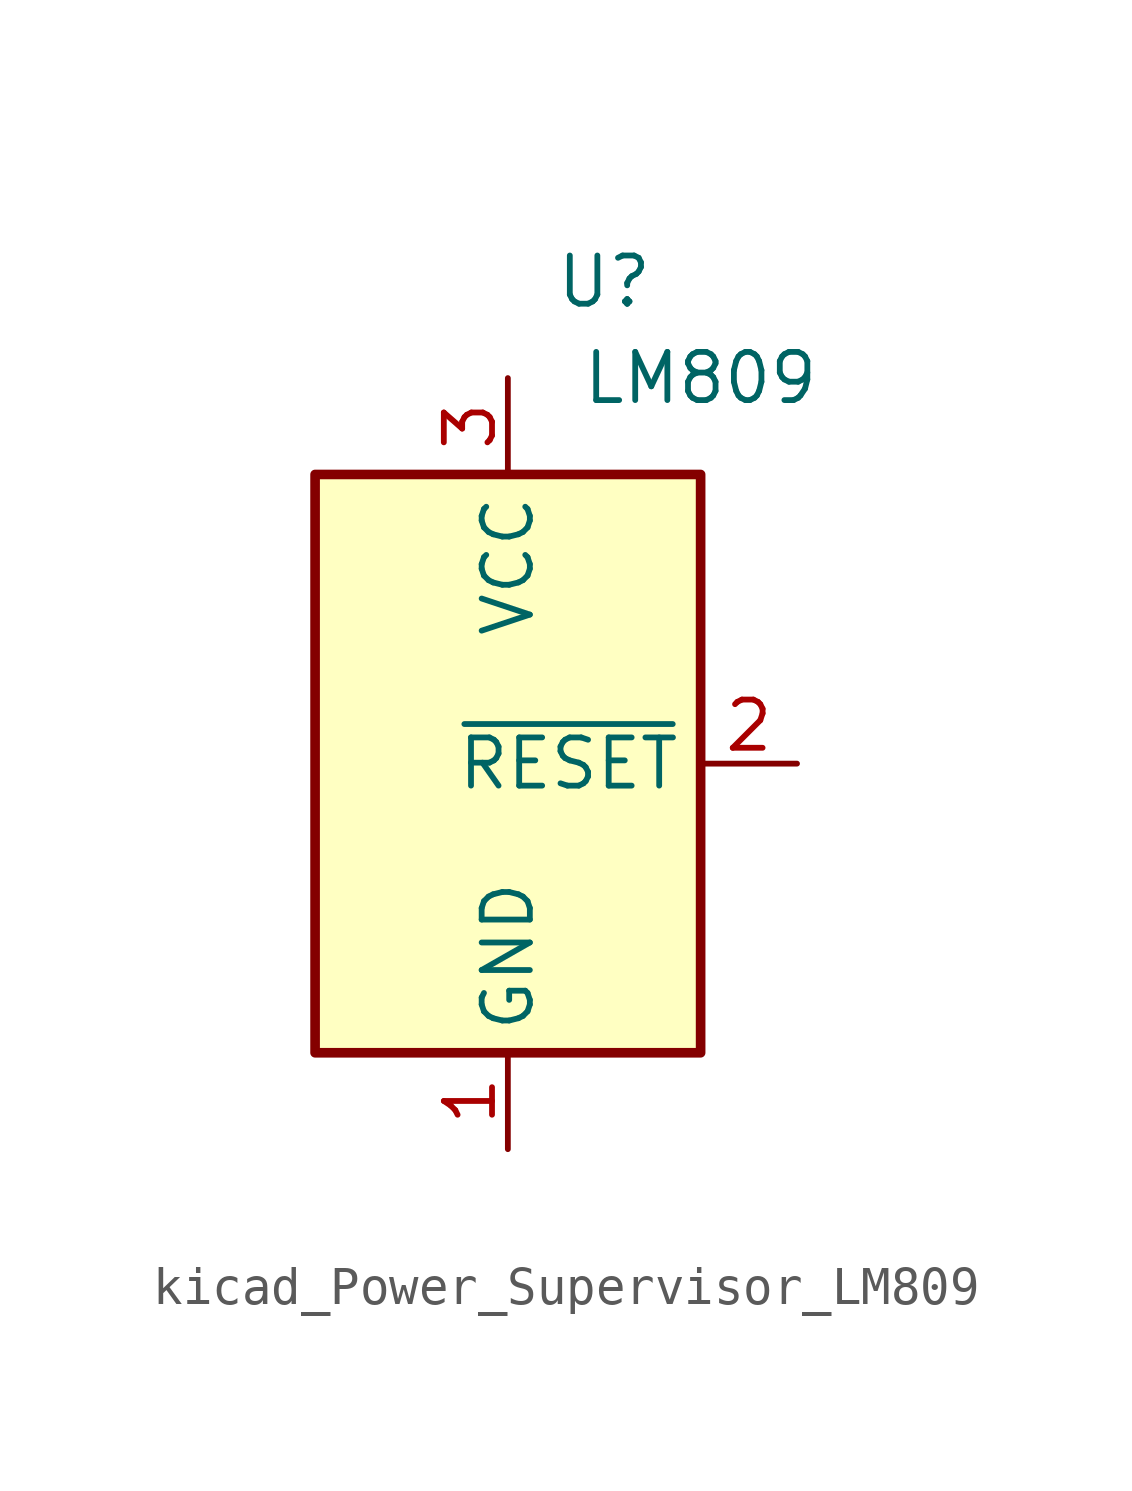
<source format=kicad_sym>
(kicad_symbol_lib
  (version 20220914)
  (generator kicad_symbol_editor)
  (symbol "kicad_Power_Supervisor_LM809"
    (property "Reference" "U"
      (at 2.54 12.7 0)
      (effects (font (size 1.27 1.27))))
    (property "Value" "LM809"
      (at 5.08 10.16 0)
      (effects (font (size 1.27 1.27))))
    (symbol "kicad_Power_Supervisor_LM809_0_1"
      (rectangle (start 5.08 7.62) (end -5.08 -7.62) (stroke (width 0.254) (type default)) (fill (type background))))
    (symbol "kicad_Power_Supervisor_LM809_1_1"
      (pin power_in line (at 0 -10.16 90) (length 2.54) (name "GND" (effects (font (size 1.27 1.27)))) (number "1" (effects (font (size 1.27 1.27)))))
      (pin output line (at 7.62 0 180) (length 2.54) (name "~{RESET}" (effects (font (size 1.27 1.27)))) (number "2" (effects (font (size 1.27 1.27)))))
      (pin power_in line (at 0 10.16 270) (length 2.54) (name "VCC" (effects (font (size 1.27 1.27)))) (number "3" (effects (font (size 1.27 1.27))))))))
</source>
